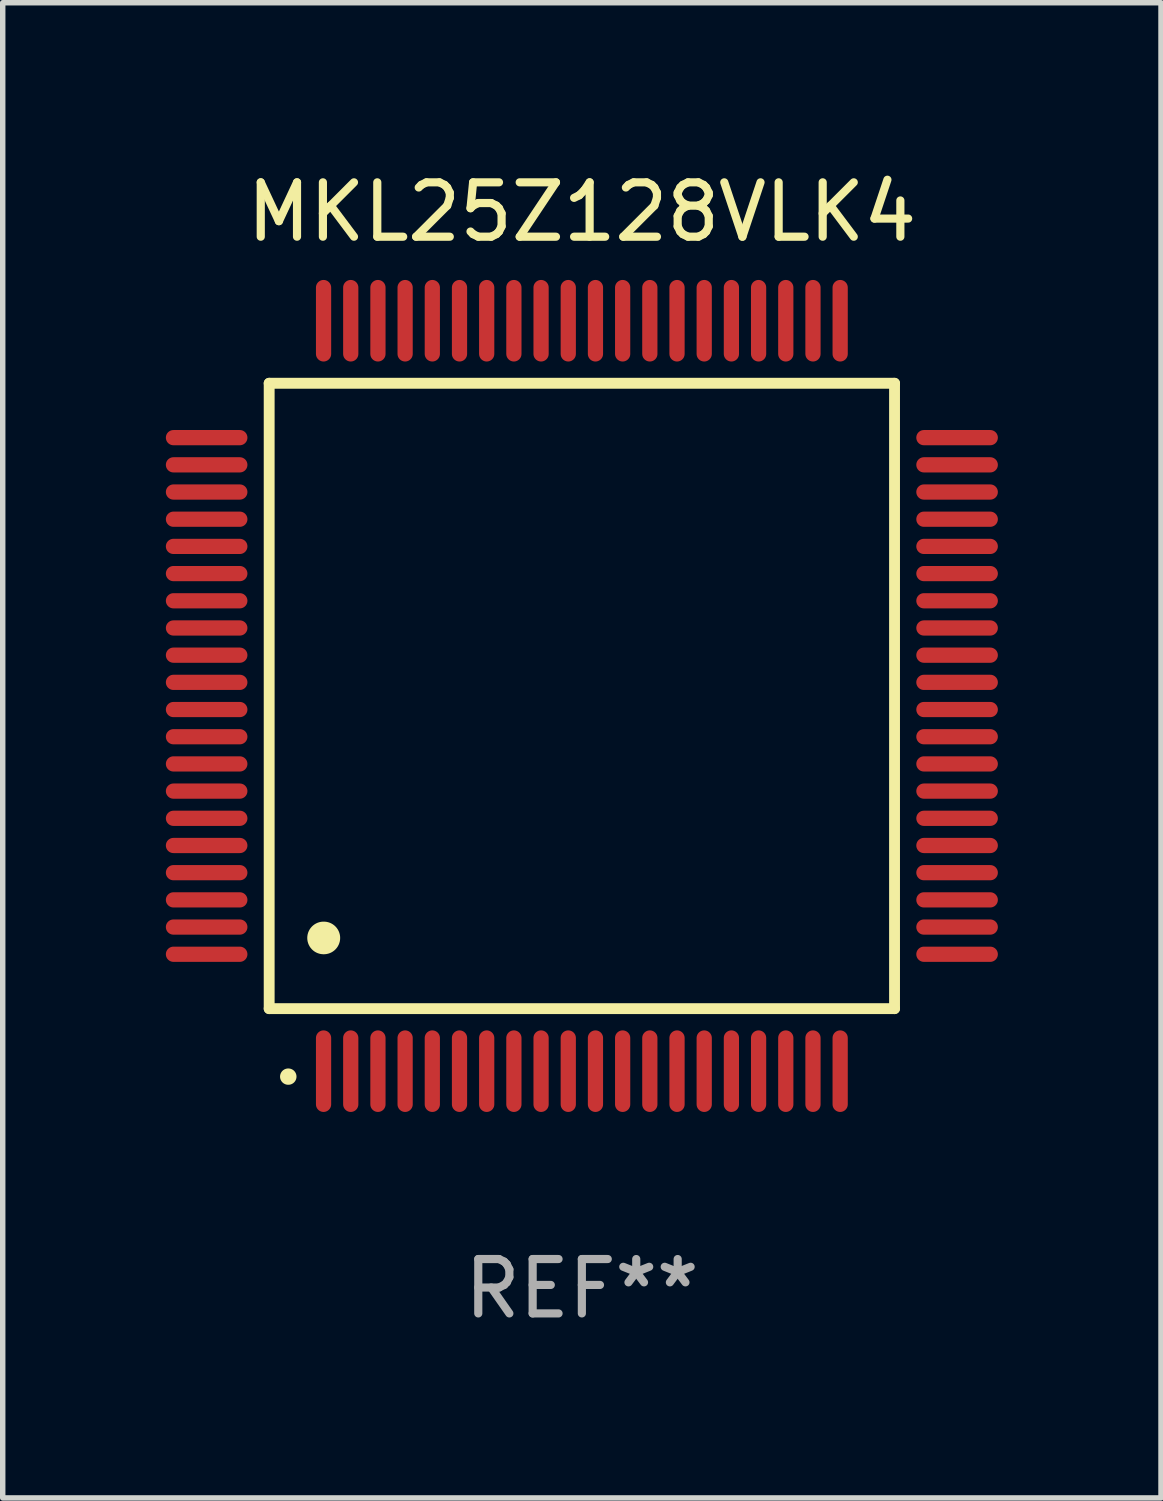
<source format=kicad_pcb>
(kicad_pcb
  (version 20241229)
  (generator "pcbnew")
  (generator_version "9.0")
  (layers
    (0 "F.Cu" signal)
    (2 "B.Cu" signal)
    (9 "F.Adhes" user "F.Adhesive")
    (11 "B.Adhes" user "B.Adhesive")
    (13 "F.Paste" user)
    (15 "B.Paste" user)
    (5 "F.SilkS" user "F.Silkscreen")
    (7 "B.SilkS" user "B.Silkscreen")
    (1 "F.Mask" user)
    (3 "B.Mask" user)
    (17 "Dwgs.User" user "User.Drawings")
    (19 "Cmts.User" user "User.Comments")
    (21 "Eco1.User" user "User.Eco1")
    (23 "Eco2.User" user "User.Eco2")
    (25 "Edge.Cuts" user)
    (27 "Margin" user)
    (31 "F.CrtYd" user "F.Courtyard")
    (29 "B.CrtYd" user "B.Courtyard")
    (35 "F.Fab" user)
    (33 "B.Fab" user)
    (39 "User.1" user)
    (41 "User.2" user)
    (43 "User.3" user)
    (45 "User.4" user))
  (footprint "MKL25Z128VLK4"
    (layer "F.Cu")
    (at 7.65 9.748)
    (property "Reference" "MKL25Z128VLK4" (at 0 -8.9 0) (layer "F.SilkS") (effects (font (size 1 1) (thickness 0.15))))
    (attr through_hole)
    (fp_line (start -5.75 -5.75) (end 5.75 -5.75) (stroke (width 0.2) (type solid)) (layer "F.SilkS"))
    (fp_line (start -5.75 5.75) (end -5.75 -5.75) (stroke (width 0.2) (type solid)) (layer "F.SilkS"))
    (fp_line (start 5.75 -5.75) (end 5.75 5.75) (stroke (width 0.2) (type solid)) (layer "F.SilkS"))
    (fp_line (start 5.75 5.75) (end -5.75 5.75) (stroke (width 0.2) (type solid)) (layer "F.SilkS"))
    (fp_arc (start -5.400051 7.000254) (mid -5.398781 7.000249) (end -5.397511 7.000254) (stroke (width 0.3) (type solid)) (layer "F.SilkS"))
    (fp_arc (start -4.749809 4.450089) (mid -4.747269 4.450078) (end -4.744729 4.450089) (stroke (width 0.6) (type solid)) (layer "F.SilkS"))
    (fp_text user "REF**" (at 0 10.9 0) (layer "F.Fab") (effects (font (size 1 1) (thickness 0.15))))
    (pad "1" smd oval (at -4.75 6.9) (size 0.28 1.5) (layers "F.Cu" "F.Mask" "F.Paste"))
    (pad "2" smd oval (at -4.25 6.9) (size 0.28 1.5) (layers "F.Cu" "F.Mask" "F.Paste"))
    (pad "3" smd oval (at -3.75 6.9) (size 0.28 1.5) (layers "F.Cu" "F.Mask" "F.Paste"))
    (pad "4" smd oval (at -3.25 6.9) (size 0.28 1.5) (layers "F.Cu" "F.Mask" "F.Paste"))
    (pad "5" smd oval (at -2.75 6.9) (size 0.28 1.5) (layers "F.Cu" "F.Mask" "F.Paste"))
    (pad "6" smd oval (at -2.25 6.9) (size 0.28 1.5) (layers "F.Cu" "F.Mask" "F.Paste"))
    (pad "7" smd oval (at -1.75 6.9) (size 0.28 1.5) (layers "F.Cu" "F.Mask" "F.Paste"))
    (pad "8" smd oval (at -1.25 6.9) (size 0.28 1.5) (layers "F.Cu" "F.Mask" "F.Paste"))
    (pad "9" smd oval (at -0.75 6.9) (size 0.28 1.5) (layers "F.Cu" "F.Mask" "F.Paste"))
    (pad "10" smd oval (at -0.25 6.9) (size 0.28 1.5) (layers "F.Cu" "F.Mask" "F.Paste"))
    (pad "11" smd oval (at 0.25 6.9) (size 0.28 1.5) (layers "F.Cu" "F.Mask" "F.Paste"))
    (pad "12" smd oval (at 0.75 6.9) (size 0.28 1.5) (layers "F.Cu" "F.Mask" "F.Paste"))
    (pad "13" smd oval (at 1.25 6.9) (size 0.28 1.5) (layers "F.Cu" "F.Mask" "F.Paste"))
    (pad "14" smd oval (at 1.75 6.9) (size 0.28 1.5) (layers "F.Cu" "F.Mask" "F.Paste"))
    (pad "15" smd oval (at 2.25 6.9) (size 0.28 1.5) (layers "F.Cu" "F.Mask" "F.Paste"))
    (pad "16" smd oval (at 2.75 6.9) (size 0.28 1.5) (layers "F.Cu" "F.Mask" "F.Paste"))
    (pad "17" smd oval (at 3.25 6.9) (size 0.28 1.5) (layers "F.Cu" "F.Mask" "F.Paste"))
    (pad "18" smd oval (at 3.75 6.9) (size 0.28 1.5) (layers "F.Cu" "F.Mask" "F.Paste"))
    (pad "19" smd oval (at 4.25 6.9) (size 0.28 1.5) (layers "F.Cu" "F.Mask" "F.Paste"))
    (pad "20" smd oval (at 4.75 6.9) (size 0.28 1.5) (layers "F.Cu" "F.Mask" "F.Paste"))
    (pad "21" smd oval (at 6.9 4.75) (size 1.5 0.28) (layers "F.Cu" "F.Mask" "F.Paste"))
    (pad "22" smd oval (at 6.9 4.25) (size 1.5 0.28) (layers "F.Cu" "F.Mask" "F.Paste"))
    (pad "23" smd oval (at 6.9 3.75) (size 1.5 0.28) (layers "F.Cu" "F.Mask" "F.Paste"))
    (pad "24" smd oval (at 6.9 3.25) (size 1.5 0.28) (layers "F.Cu" "F.Mask" "F.Paste"))
    (pad "25" smd oval (at 6.9 2.75) (size 1.5 0.28) (layers "F.Cu" "F.Mask" "F.Paste"))
    (pad "26" smd oval (at 6.9 2.25) (size 1.5 0.28) (layers "F.Cu" "F.Mask" "F.Paste"))
    (pad "27" smd oval (at 6.9 1.75) (size 1.5 0.28) (layers "F.Cu" "F.Mask" "F.Paste"))
    (pad "28" smd oval (at 6.9 1.25) (size 1.5 0.28) (layers "F.Cu" "F.Mask" "F.Paste"))
    (pad "29" smd oval (at 6.9 0.75) (size 1.5 0.28) (layers "F.Cu" "F.Mask" "F.Paste"))
    (pad "30" smd oval (at 6.9 0.25) (size 1.5 0.28) (layers "F.Cu" "F.Mask" "F.Paste"))
    (pad "31" smd oval (at 6.9 -0.25) (size 1.5 0.28) (layers "F.Cu" "F.Mask" "F.Paste"))
    (pad "32" smd oval (at 6.9 -0.75) (size 1.5 0.28) (layers "F.Cu" "F.Mask" "F.Paste"))
    (pad "33" smd oval (at 6.9 -1.25) (size 1.5 0.28) (layers "F.Cu" "F.Mask" "F.Paste"))
    (pad "34" smd oval (at 6.9 -1.75) (size 1.5 0.28) (layers "F.Cu" "F.Mask" "F.Paste"))
    (pad "35" smd oval (at 6.9 -2.25) (size 1.5 0.28) (layers "F.Cu" "F.Mask" "F.Paste"))
    (pad "36" smd oval (at 6.9 -2.75) (size 1.5 0.28) (layers "F.Cu" "F.Mask" "F.Paste"))
    (pad "37" smd oval (at 6.9 -3.25) (size 1.5 0.28) (layers "F.Cu" "F.Mask" "F.Paste"))
    (pad "38" smd oval (at 6.9 -3.75) (size 1.5 0.28) (layers "F.Cu" "F.Mask" "F.Paste"))
    (pad "39" smd oval (at 6.9 -4.25) (size 1.5 0.28) (layers "F.Cu" "F.Mask" "F.Paste"))
    (pad "40" smd oval (at 6.9 -4.75) (size 1.5 0.28) (layers "F.Cu" "F.Mask" "F.Paste"))
    (pad "41" smd oval (at 4.75 -6.9) (size 0.28 1.5) (layers "F.Cu" "F.Mask" "F.Paste"))
    (pad "42" smd oval (at 4.25 -6.9) (size 0.28 1.5) (layers "F.Cu" "F.Mask" "F.Paste"))
    (pad "43" smd oval (at 3.75 -6.9) (size 0.28 1.5) (layers "F.Cu" "F.Mask" "F.Paste"))
    (pad "44" smd oval (at 3.25 -6.9) (size 0.28 1.5) (layers "F.Cu" "F.Mask" "F.Paste"))
    (pad "45" smd oval (at 2.75 -6.9) (size 0.28 1.5) (layers "F.Cu" "F.Mask" "F.Paste"))
    (pad "46" smd oval (at 2.25 -6.9) (size 0.28 1.5) (layers "F.Cu" "F.Mask" "F.Paste"))
    (pad "47" smd oval (at 1.75 -6.9) (size 0.28 1.5) (layers "F.Cu" "F.Mask" "F.Paste"))
    (pad "48" smd oval (at 1.25 -6.9) (size 0.28 1.5) (layers "F.Cu" "F.Mask" "F.Paste"))
    (pad "49" smd oval (at 0.75 -6.9) (size 0.28 1.5) (layers "F.Cu" "F.Mask" "F.Paste"))
    (pad "50" smd oval (at 0.25 -6.9) (size 0.28 1.5) (layers "F.Cu" "F.Mask" "F.Paste"))
    (pad "51" smd oval (at -0.25 -6.9) (size 0.28 1.5) (layers "F.Cu" "F.Mask" "F.Paste"))
    (pad "52" smd oval (at -0.75 -6.9) (size 0.28 1.5) (layers "F.Cu" "F.Mask" "F.Paste"))
    (pad "53" smd oval (at -1.25 -6.9) (size 0.28 1.5) (layers "F.Cu" "F.Mask" "F.Paste"))
    (pad "54" smd oval (at -1.75 -6.9) (size 0.28 1.5) (layers "F.Cu" "F.Mask" "F.Paste"))
    (pad "55" smd oval (at -2.25 -6.9) (size 0.28 1.5) (layers "F.Cu" "F.Mask" "F.Paste"))
    (pad "56" smd oval (at -2.75 -6.9) (size 0.28 1.5) (layers "F.Cu" "F.Mask" "F.Paste"))
    (pad "57" smd oval (at -3.25 -6.9) (size 0.28 1.5) (layers "F.Cu" "F.Mask" "F.Paste"))
    (pad "58" smd oval (at -3.75 -6.9) (size 0.28 1.5) (layers "F.Cu" "F.Mask" "F.Paste"))
    (pad "59" smd oval (at -4.25 -6.9) (size 0.28 1.5) (layers "F.Cu" "F.Mask" "F.Paste"))
    (pad "60" smd oval (at -4.75 -6.9) (size 0.28 1.5) (layers "F.Cu" "F.Mask" "F.Paste"))
    (pad "61" smd oval (at -6.9 -4.75) (size 1.5 0.28) (layers "F.Cu" "F.Mask" "F.Paste"))
    (pad "62" smd oval (at -6.9 -4.25) (size 1.5 0.28) (layers "F.Cu" "F.Mask" "F.Paste"))
    (pad "63" smd oval (at -6.9 -3.75) (size 1.5 0.28) (layers "F.Cu" "F.Mask" "F.Paste"))
    (pad "64" smd oval (at -6.9 -3.25) (size 1.5 0.28) (layers "F.Cu" "F.Mask" "F.Paste"))
    (pad "65" smd oval (at -6.9 -2.75) (size 1.5 0.28) (layers "F.Cu" "F.Mask" "F.Paste"))
    (pad "66" smd oval (at -6.9 -2.25) (size 1.5 0.28) (layers "F.Cu" "F.Mask" "F.Paste"))
    (pad "67" smd oval (at -6.9 -1.75) (size 1.5 0.28) (layers "F.Cu" "F.Mask" "F.Paste"))
    (pad "68" smd oval (at -6.9 -1.25) (size 1.5 0.28) (layers "F.Cu" "F.Mask" "F.Paste"))
    (pad "69" smd oval (at -6.9 -0.75) (size 1.5 0.28) (layers "F.Cu" "F.Mask" "F.Paste"))
    (pad "70" smd oval (at -6.9 -0.25) (size 1.5 0.28) (layers "F.Cu" "F.Mask" "F.Paste"))
    (pad "71" smd oval (at -6.9 0.25) (size 1.5 0.28) (layers "F.Cu" "F.Mask" "F.Paste"))
    (pad "72" smd oval (at -6.9 0.75) (size 1.5 0.28) (layers "F.Cu" "F.Mask" "F.Paste"))
    (pad "73" smd oval (at -6.9 1.25) (size 1.5 0.28) (layers "F.Cu" "F.Mask" "F.Paste"))
    (pad "74" smd oval (at -6.9 1.75) (size 1.5 0.28) (layers "F.Cu" "F.Mask" "F.Paste"))
    (pad "75" smd oval (at -6.9 2.25) (size 1.5 0.28) (layers "F.Cu" "F.Mask" "F.Paste"))
    (pad "76" smd oval (at -6.9 2.75) (size 1.5 0.28) (layers "F.Cu" "F.Mask" "F.Paste"))
    (pad "77" smd oval (at -6.9 3.25) (size 1.5 0.28) (layers "F.Cu" "F.Mask" "F.Paste"))
    (pad "78" smd oval (at -6.9 3.75) (size 1.5 0.28) (layers "F.Cu" "F.Mask" "F.Paste"))
    (pad "79" smd oval (at -6.9 4.25) (size 1.5 0.28) (layers "F.Cu" "F.Mask" "F.Paste"))
    (pad "80" smd oval (at -6.9 4.75) (size 1.5 0.28) (layers "F.Cu" "F.Mask" "F.Paste")))
  (gr_rect
    (start -3 -3)
    (end 18.3 24.496)
    (stroke (width 0.1) (type default))
    (fill no)
    (layer "Edge.Cuts")))
</source>
